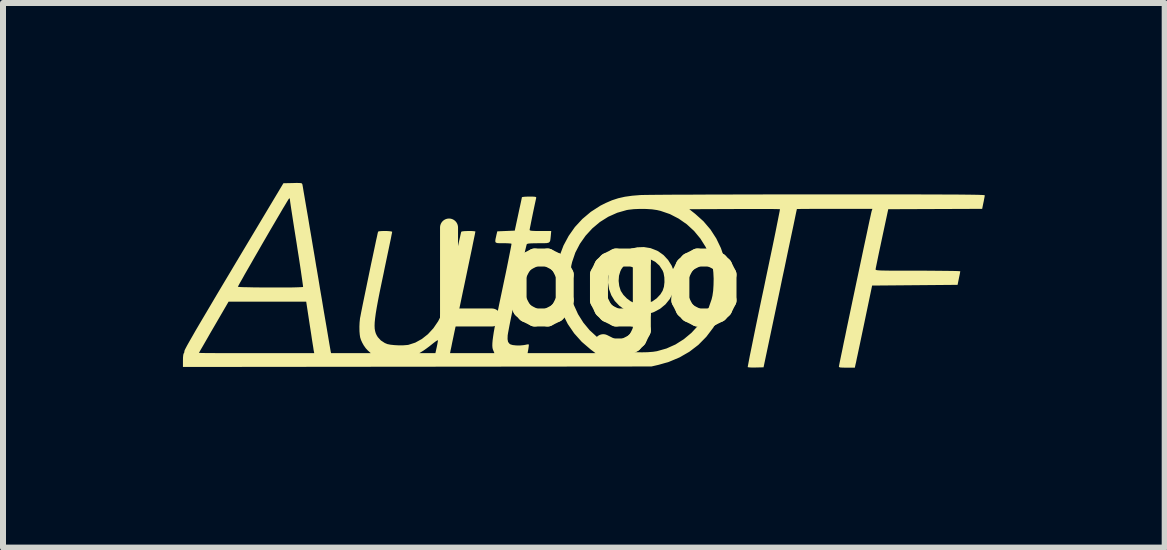
<source format=kicad_pcb>
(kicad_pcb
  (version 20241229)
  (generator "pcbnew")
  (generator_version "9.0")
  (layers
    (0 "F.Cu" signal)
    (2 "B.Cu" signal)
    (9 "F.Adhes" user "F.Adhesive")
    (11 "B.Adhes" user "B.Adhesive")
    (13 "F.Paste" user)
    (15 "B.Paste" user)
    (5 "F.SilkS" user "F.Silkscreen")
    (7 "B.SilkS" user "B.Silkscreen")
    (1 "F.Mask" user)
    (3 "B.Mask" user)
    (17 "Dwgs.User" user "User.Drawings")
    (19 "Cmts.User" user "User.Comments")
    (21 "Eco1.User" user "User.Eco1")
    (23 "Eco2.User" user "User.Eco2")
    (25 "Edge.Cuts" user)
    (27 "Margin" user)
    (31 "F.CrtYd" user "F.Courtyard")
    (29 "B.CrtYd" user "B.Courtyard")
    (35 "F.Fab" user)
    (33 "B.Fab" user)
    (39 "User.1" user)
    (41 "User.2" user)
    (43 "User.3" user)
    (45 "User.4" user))
  (footprint "Logo"
    (layer "F.Cu")
    (at 6.722 1.565)
    (property "Reference" "Logo" (at 0 0 0) (layer "F.SilkS") (effects (font (size 1.5 1.5) (thickness 0.3))))
    (attr board_only exclude_from_pos_files exclude_from_bom)
    (fp_poly (pts (xy 1.074 -0.478) (xy 1.182 -0.436) (xy 1.203 -0.425) (xy 1.292 -0.361) (xy 1.367 -0.28) (xy 1.426 -0.186) (xy 1.466 -0.083) (xy 1.486 0.025) (xy 1.483 0.132) (xy 1.481 0.146) (xy 1.448 0.264) (xy 1.395 0.37) (xy 1.322 0.46) (xy 1.232 0.534) (xy 1.125 0.59) (xy 1.099 0.599) (xy 1.025 0.616) (xy 0.939 0.623) (xy 0.852 0.62) (xy 0.775 0.607) (xy 0.757 0.601) (xy 0.647 0.551) (xy 0.554 0.483) (xy 0.477 0.402) (xy 0.42 0.308) (xy 0.382 0.206) (xy 0.365 0.098) (xy 0.366 0.068) (xy 0.542 0.068) (xy 0.552 0.153) (xy 0.576 0.23) (xy 0.578 0.235) (xy 0.621 0.301) (xy 0.679 0.361) (xy 0.743 0.408) (xy 0.781 0.426) (xy 0.837 0.438) (xy 0.907 0.443) (xy 0.98 0.44) (xy 1.048 0.429) (xy 1.102 0.411) (xy 1.104 0.41) (xy 1.175 0.36) (xy 1.238 0.293) (xy 1.276 0.231) (xy 1.297 0.167) (xy 1.306 0.09) (xy 1.304 0.01) (xy 1.291 -0.064) (xy 1.276 -0.103) (xy 1.222 -0.187) (xy 1.152 -0.25) (xy 1.069 -0.293) (xy 0.973 -0.314) (xy 0.904 -0.316) (xy 0.804 -0.3) (xy 0.717 -0.263) (xy 0.644 -0.205) (xy 0.587 -0.127) (xy 0.57 -0.091) (xy 0.548 -0.017) (xy 0.542 0.068) (xy 0.366 0.068) (xy 0.37 -0.014) (xy 0.399 -0.126) (xy 0.419 -0.173) (xy 0.479 -0.273) (xy 0.555 -0.356) (xy 0.645 -0.421) (xy 0.745 -0.467) (xy 0.852 -0.492) (xy 0.963 -0.496)) (stroke (width 0) (type solid)) (fill yes) (layer "F.SilkS"))
    (fp_poly (pts (xy -4.783 -1.564) (xy -4.756 -1.562) (xy -4.741 -1.558) (xy -4.734 -1.549) (xy -4.73 -1.538) (xy -4.727 -1.522) (xy -4.72 -1.482) (xy -4.71 -1.42) (xy -4.696 -1.339) (xy -4.679 -1.239) (xy -4.659 -1.122) (xy -4.636 -0.99) (xy -4.612 -0.844) (xy -4.585 -0.687) (xy -4.557 -0.519) (xy -4.527 -0.343) (xy -4.497 -0.16) (xy -4.494 -0.146) (xy -4.463 0.037) (xy -4.434 0.214) (xy -4.405 0.382) (xy -4.379 0.54) (xy -4.354 0.686) (xy -4.331 0.819) (xy -4.311 0.938) (xy -4.294 1.039) (xy -4.28 1.122) (xy -4.269 1.185) (xy -4.262 1.226) (xy -4.259 1.244) (xy -4.259 1.245) (xy -4.252 1.273) (xy -3.921 1.273) (xy -3.59 1.273) (xy -2.781 1.273) (xy -2.647 1.273) (xy -2.513 1.273) (xy -2.491 1.174) (xy -2.481 1.125) (xy -2.474 1.085) (xy -2.47 1.061) (xy -2.47 1.059) (xy -2.479 1.059) (xy -2.503 1.073) (xy -2.538 1.099) (xy -2.562 1.118) (xy -2.612 1.158) (xy -2.663 1.196) (xy -2.707 1.227) (xy -2.718 1.234) (xy -2.781 1.273) (xy -3.59 1.273) (xy -3.641 1.227) (xy -3.674 1.191) (xy -3.708 1.143) (xy -3.733 1.098) (xy -3.754 1.052) (xy -3.767 1.011) (xy -3.774 0.966) (xy -3.779 0.906) (xy -3.779 0.897) (xy -3.78 0.831) (xy -3.777 0.762) (xy -3.771 0.703) (xy -3.77 0.692) (xy -3.763 0.658) (xy -3.753 0.605) (xy -3.739 0.535) (xy -3.722 0.45) (xy -3.702 0.353) (xy -3.68 0.247) (xy -3.657 0.135) (xy -3.633 0.019) (xy -3.609 -0.098) (xy -3.585 -0.214) (xy -3.561 -0.325) (xy -3.539 -0.429) (xy -3.519 -0.523) (xy -3.502 -0.605) (xy -3.487 -0.671) (xy -3.477 -0.719) (xy -3.47 -0.747) (xy -3.468 -0.753) (xy -3.453 -0.759) (xy -3.42 -0.762) (xy -3.377 -0.764) (xy -3.33 -0.764) (xy -3.286 -0.761) (xy -3.252 -0.757) (xy -3.235 -0.752) (xy -3.234 -0.75) (xy -3.236 -0.735) (xy -3.244 -0.698) (xy -3.255 -0.64) (xy -3.271 -0.564) (xy -3.29 -0.473) (xy -3.312 -0.369) (xy -3.336 -0.254) (xy -3.362 -0.13) (xy -3.375 -0.065) (xy -3.412 0.111) (xy -3.444 0.265) (xy -3.47 0.398) (xy -3.491 0.512) (xy -3.507 0.609) (xy -3.518 0.691) (xy -3.525 0.759) (xy -3.527 0.816) (xy -3.525 0.864) (xy -3.518 0.905) (xy -3.508 0.94) (xy -3.494 0.971) (xy -3.476 1.001) (xy -3.472 1.007) (xy -3.422 1.061) (xy -3.356 1.104) (xy -3.312 1.122) (xy -3.261 1.132) (xy -3.194 1.139) (xy -3.119 1.143) (xy -3.046 1.142) (xy -2.984 1.137) (xy -2.962 1.134) (xy -2.848 1.097) (xy -2.739 1.037) (xy -2.638 0.957) (xy -2.546 0.857) (xy -2.467 0.741) (xy -2.4 0.609) (xy -2.348 0.465) (xy -2.338 0.427) (xy -2.331 0.398) (xy -2.32 0.347) (xy -2.305 0.278) (xy -2.286 0.193) (xy -2.265 0.094) (xy -2.242 -0.014) (xy -2.218 -0.128) (xy -2.204 -0.195) (xy -2.179 -0.309) (xy -2.157 -0.416) (xy -2.136 -0.512) (xy -2.118 -0.596) (xy -2.102 -0.664) (xy -2.091 -0.715) (xy -2.084 -0.744) (xy -2.081 -0.752) (xy -2.067 -0.757) (xy -2.034 -0.761) (xy -1.991 -0.763) (xy -1.944 -0.764) (xy -1.9 -0.763) (xy -1.865 -0.76) (xy -1.847 -0.756) (xy -1.846 -0.754) (xy -1.849 -0.74) (xy -1.856 -0.703) (xy -1.868 -0.646) (xy -1.884 -0.569) (xy -1.903 -0.474) (xy -1.926 -0.365) (xy -1.952 -0.241) (xy -1.98 -0.107) (xy -2.01 0.037) (xy -2.042 0.189) (xy -2.051 0.23) (xy -2.083 0.384) (xy -2.114 0.532) (xy -2.143 0.671) (xy -2.17 0.799) (xy -2.195 0.915) (xy -2.216 1.016) (xy -2.234 1.101) (xy -2.247 1.167) (xy -2.257 1.213) (xy -2.262 1.236) (xy -2.262 1.238) (xy -2.269 1.273) (xy -1.899 1.273) (xy -1.529 1.273) (xy -1.549 1.225) (xy -1.557 1.204) (xy -1.562 1.178) (xy -1.564 1.146) (xy -1.563 1.107) (xy -1.559 1.058) (xy -1.551 0.998) (xy -1.54 0.924) (xy -1.524 0.836) (xy -1.504 0.732) (xy -1.48 0.608) (xy -1.451 0.465) (xy -1.416 0.299) (xy -1.396 0.204) (xy -1.368 0.07) (xy -1.341 -0.057) (xy -1.317 -0.174) (xy -1.296 -0.279) (xy -1.278 -0.37) (xy -1.263 -0.445) (xy -1.252 -0.502) (xy -1.246 -0.537) (xy -1.244 -0.551) (xy -1.258 -0.555) (xy -1.292 -0.558) (xy -1.34 -0.56) (xy -1.382 -0.56) (xy -1.445 -0.56) (xy -1.486 -0.563) (xy -1.508 -0.573) (xy -1.515 -0.593) (xy -1.511 -0.628) (xy -1.499 -0.681) (xy -1.498 -0.688) (xy -1.481 -0.758) (xy -1.336 -0.764) (xy -1.19 -0.77) (xy -1.131 -1.044) (xy -1.114 -1.124) (xy -1.098 -1.196) (xy -1.085 -1.256) (xy -1.076 -1.3) (xy -1.071 -1.324) (xy -1.071 -1.327) (xy -1.058 -1.331) (xy -1.026 -1.335) (xy -0.98 -1.337) (xy -0.948 -1.337) (xy -0.892 -1.337) (xy -0.857 -1.335) (xy -0.839 -1.331) (xy -0.832 -1.324) (xy -0.833 -1.312) (xy -0.834 -1.308) (xy -0.843 -1.267) (xy -0.855 -1.212) (xy -0.869 -1.146) (xy -0.884 -1.075) (xy -0.899 -1.002) (xy -0.913 -0.933) (xy -0.925 -0.872) (xy -0.935 -0.823) (xy -0.941 -0.791) (xy -0.942 -0.782) (xy -0.937 -0.774) (xy -0.921 -0.769) (xy -0.89 -0.766) (xy -0.84 -0.764) (xy -0.769 -0.764) (xy -0.762 -0.764) (xy -0.582 -0.764) (xy -0.589 -0.684) (xy -0.594 -0.637) (xy -0.599 -0.603) (xy -0.609 -0.581) (xy -0.628 -0.568) (xy -0.66 -0.562) (xy -0.708 -0.56) (xy -0.777 -0.56) (xy -0.796 -0.56) (xy -0.876 -0.559) (xy -0.933 -0.557) (xy -0.969 -0.553) (xy -0.988 -0.546) (xy -0.989 -0.544) (xy -0.994 -0.529) (xy -1.003 -0.492) (xy -1.017 -0.435) (xy -1.033 -0.361) (xy -1.052 -0.272) (xy -1.074 -0.172) (xy -1.097 -0.063) (xy -1.122 0.052) (xy -1.147 0.171) (xy -1.172 0.291) (xy -1.197 0.41) (xy -1.22 0.524) (xy -1.242 0.631) (xy -1.262 0.729) (xy -1.279 0.815) (xy -1.292 0.885) (xy -1.302 0.938) (xy -1.307 0.971) (xy -1.308 0.976) (xy -1.31 1.039) (xy -1.302 1.084) (xy -1.281 1.113) (xy -1.261 1.127) (xy -1.222 1.138) (xy -1.167 1.144) (xy -1.104 1.145) (xy -1.042 1.139) (xy -1.013 1.134) (xy -0.98 1.127) (xy -0.959 1.127) (xy -0.956 1.127) (xy -0.955 1.142) (xy -0.959 1.174) (xy -0.963 1.203) (xy -0.976 1.273) (xy -0.41 1.273) (xy 0.157 1.273) (xy 0.075 1.211) (xy -0.073 1.084) (xy -0.2 0.942) (xy -0.306 0.787) (xy -0.39 0.62) (xy -0.451 0.442) (xy -0.489 0.254) (xy -0.497 0.191) (xy -0.499 0.096) (xy -0.267 0.096) (xy -0.262 0.197) (xy -0.253 0.286) (xy -0.247 0.316) (xy -0.203 0.473) (xy -0.135 0.623) (xy -0.047 0.763) (xy 0.058 0.89) (xy 0.18 1.002) (xy 0.314 1.097) (xy 0.461 1.173) (xy 0.615 1.227) (xy 0.668 1.239) (xy 0.741 1.25) (xy 0.831 1.257) (xy 0.929 1.259) (xy 1.026 1.257) (xy 1.115 1.25) (xy 1.181 1.24) (xy 1.34 1.195) (xy 1.49 1.128) (xy 1.629 1.04) (xy 1.756 0.934) (xy 1.868 0.813) (xy 1.963 0.677) (xy 2.038 0.531) (xy 2.092 0.375) (xy 2.106 0.316) (xy 2.118 0.233) (xy 2.124 0.135) (xy 2.126 0.031) (xy 2.121 -0.071) (xy 2.111 -0.16) (xy 2.106 -0.188) (xy 2.061 -0.347) (xy 1.993 -0.497) (xy 1.905 -0.637) (xy 1.8 -0.764) (xy 1.678 -0.876) (xy 1.543 -0.97) (xy 1.396 -1.046) (xy 1.241 -1.099) (xy 1.181 -1.113) (xy 1.099 -1.125) (xy 1.002 -1.131) (xy 0.897 -1.132) (xy 0.796 -1.128) (xy 0.707 -1.118) (xy 0.677 -1.113) (xy 0.519 -1.068) (xy 0.369 -1.001) (xy 0.229 -0.913) (xy 0.103 -0.807) (xy -0.009 -0.685) (xy -0.104 -0.55) (xy -0.18 -0.404) (xy -0.233 -0.248) (xy -0.247 -0.188) (xy -0.259 -0.106) (xy -0.266 -0.009) (xy -0.267 0.096) (xy -0.499 0.096) (xy -0.502 0.005) (xy -0.483 -0.177) (xy -0.441 -0.354) (xy -0.377 -0.522) (xy -0.291 -0.682) (xy -0.187 -0.83) (xy -0.063 -0.964) (xy 0.078 -1.083) (xy 0.236 -1.185) (xy 0.325 -1.23) (xy 0.431 -1.276) (xy 0.536 -1.31) (xy 0.647 -1.335) (xy 0.769 -1.352) (xy 0.904 -1.363) (xy 0.937 -1.364) (xy 0.994 -1.365) (xy 1.074 -1.366) (xy 1.176 -1.367) (xy 1.298 -1.368) (xy 1.439 -1.369) (xy 1.598 -1.37) (xy 1.773 -1.37) (xy 1.964 -1.371) (xy 2.169 -1.372) (xy 2.386 -1.372) (xy 2.615 -1.373) (xy 2.854 -1.373) (xy 3.101 -1.374) (xy 3.357 -1.374) (xy 3.619 -1.374) (xy 3.88 -1.374) (xy 4.204 -1.374) (xy 4.502 -1.374) (xy 4.778 -1.374) (xy 5.03 -1.374) (xy 5.26 -1.374) (xy 5.469 -1.374) (xy 5.658 -1.373) (xy 5.827 -1.373) (xy 5.977 -1.372) (xy 6.11 -1.372) (xy 6.226 -1.371) (xy 6.325 -1.37) (xy 6.41 -1.369) (xy 6.48 -1.368) (xy 6.536 -1.367) (xy 6.58 -1.365) (xy 6.612 -1.364) (xy 6.633 -1.362) (xy 6.644 -1.36) (xy 6.646 -1.359) (xy 6.644 -1.34) (xy 6.637 -1.303) (xy 6.628 -1.255) (xy 6.624 -1.238) (xy 6.603 -1.133) (xy 5.82 -1.13) (xy 5.037 -1.127) (xy 4.932 -0.637) (xy 4.909 -0.528) (xy 4.887 -0.426) (xy 4.868 -0.335) (xy 4.852 -0.256) (xy 4.839 -0.193) (xy 4.83 -0.149) (xy 4.826 -0.126) (xy 4.826 -0.124) (xy 4.827 -0.119) (xy 4.832 -0.115) (xy 4.842 -0.112) (xy 4.86 -0.109) (xy 4.888 -0.107) (xy 4.927 -0.105) (xy 4.979 -0.104) (xy 5.047 -0.103) (xy 5.133 -0.102) (xy 5.238 -0.102) (xy 5.364 -0.102) (xy 5.513 -0.102) (xy 5.532 -0.102) (xy 5.663 -0.102) (xy 5.787 -0.101) (xy 5.9 -0.1) (xy 6.001 -0.099) (xy 6.087 -0.098) (xy 6.156 -0.097) (xy 6.205 -0.095) (xy 6.233 -0.093) (xy 6.238 -0.092) (xy 6.235 -0.076) (xy 6.229 -0.042) (xy 6.219 0.005) (xy 6.215 0.025) (xy 6.193 0.134) (xy 5.481 0.14) (xy 4.768 0.146) (xy 4.639 0.764) (xy 4.613 0.888) (xy 4.588 1.007) (xy 4.565 1.117) (xy 4.544 1.216) (xy 4.526 1.301) (xy 4.511 1.37) (xy 4.501 1.42) (xy 4.495 1.447) (xy 4.494 1.448) (xy 4.48 1.515) (xy 4.347 1.515) (xy 4.284 1.514) (xy 4.243 1.512) (xy 4.221 1.507) (xy 4.214 1.499) (xy 4.214 1.498) (xy 4.217 1.483) (xy 4.224 1.445) (xy 4.236 1.386) (xy 4.252 1.308) (xy 4.272 1.213) (xy 4.294 1.104) (xy 4.32 0.982) (xy 4.347 0.849) (xy 4.377 0.707) (xy 4.408 0.559) (xy 4.44 0.406) (xy 4.473 0.25) (xy 4.506 0.093) (xy 4.539 -0.062) (xy 4.571 -0.213) (xy 4.602 -0.36) (xy 4.631 -0.498) (xy 4.659 -0.628) (xy 4.684 -0.745) (xy 4.706 -0.85) (xy 4.725 -0.939) (xy 4.741 -1.01) (xy 4.752 -1.061) (xy 4.759 -1.091) (xy 4.761 -1.098) (xy 4.773 -1.133) (xy 4.144 -1.133) (xy 4.02 -1.133) (xy 3.904 -1.133) (xy 3.798 -1.133) (xy 3.706 -1.132) (xy 3.629 -1.132) (xy 3.57 -1.131) (xy 3.53 -1.131) (xy 3.514 -1.13) (xy 3.514 -1.13) (xy 3.511 -1.117) (xy 3.503 -1.081) (xy 3.491 -1.024) (xy 3.475 -0.946) (xy 3.455 -0.85) (xy 3.431 -0.737) (xy 3.404 -0.609) (xy 3.374 -0.468) (xy 3.342 -0.315) (xy 3.308 -0.151) (xy 3.271 0.021) (xy 3.236 0.191) (xy 2.958 1.509) (xy 2.83 1.512) (xy 2.775 1.513) (xy 2.73 1.511) (xy 2.702 1.508) (xy 2.694 1.505) (xy 2.696 1.491) (xy 2.703 1.454) (xy 2.714 1.396) (xy 2.729 1.317) (xy 2.749 1.22) (xy 2.772 1.107) (xy 2.798 0.978) (xy 2.827 0.836) (xy 2.859 0.682) (xy 2.893 0.518) (xy 2.929 0.346) (xy 2.963 0.187) (xy 3 0.008) (xy 3.036 -0.163) (xy 3.07 -0.326) (xy 3.102 -0.478) (xy 3.131 -0.618) (xy 3.157 -0.745) (xy 3.179 -0.856) (xy 3.198 -0.951) (xy 3.213 -1.027) (xy 3.224 -1.082) (xy 3.23 -1.116) (xy 3.232 -1.127) (xy 3.218 -1.128) (xy 3.181 -1.129) (xy 3.124 -1.13) (xy 3.047 -1.13) (xy 2.954 -1.131) (xy 2.847 -1.131) (xy 2.728 -1.131) (xy 2.599 -1.131) (xy 2.473 -1.13) (xy 1.72 -1.127) (xy 1.819 -1.049) (xy 1.956 -0.926) (xy 2.073 -0.789) (xy 2.17 -0.639) (xy 2.247 -0.479) (xy 2.304 -0.312) (xy 2.339 -0.139) (xy 2.353 0.038) (xy 2.346 0.215) (xy 2.316 0.391) (xy 2.264 0.563) (xy 2.189 0.729) (xy 2.12 0.847) (xy 2.004 1) (xy 1.871 1.135) (xy 1.722 1.249) (xy 1.557 1.344) (xy 1.378 1.419) (xy 1.21 1.467) (xy 1.089 1.495) (xy -2.817 1.499) (xy -6.722 1.503) (xy -6.722 1.395) (xy -6.721 1.345) (xy -6.717 1.305) (xy -6.712 1.282) (xy -6.71 1.28) (xy -6.704 1.268) (xy -6.455 1.268) (xy -6.443 1.269) (xy -6.407 1.27) (xy -6.349 1.271) (xy -6.272 1.271) (xy -6.178 1.272) (xy -6.067 1.272) (xy -5.943 1.273) (xy -5.808 1.273) (xy -5.662 1.273) (xy -5.509 1.273) (xy -5.494 1.273) (xy -4.533 1.273) (xy -4.54 1.238) (xy -4.544 1.217) (xy -4.55 1.174) (xy -4.56 1.113) (xy -4.572 1.037) (xy -4.585 0.949) (xy -4.6 0.853) (xy -4.607 0.808) (xy -4.667 0.414) (xy -5.314 0.414) (xy -5.961 0.414) (xy -6.208 0.839) (xy -6.263 0.933) (xy -6.313 1.021) (xy -6.358 1.099) (xy -6.396 1.165) (xy -6.426 1.216) (xy -6.446 1.252) (xy -6.455 1.268) (xy -6.455 1.268) (xy -6.704 1.268) (xy -6.7 1.262) (xy -6.697 1.235) (xy -6.692 1.221) (xy -6.677 1.191) (xy -6.652 1.144) (xy -6.616 1.08) (xy -6.569 0.998) (xy -6.512 0.898) (xy -6.442 0.779) (xy -6.361 0.642) (xy -6.268 0.485) (xy -6.163 0.307) (xy -6.079 0.166) (xy -5.806 0.166) (xy -5.794 0.168) (xy -5.759 0.171) (xy -5.705 0.173) (xy -5.636 0.174) (xy -5.554 0.176) (xy -5.462 0.177) (xy -5.364 0.178) (xy -5.263 0.178) (xy -5.161 0.178) (xy -5.063 0.178) (xy -4.971 0.178) (xy -4.889 0.177) (xy -4.82 0.175) (xy -4.766 0.173) (xy -4.731 0.171) (xy -4.719 0.169) (xy -4.72 0.155) (xy -4.725 0.118) (xy -4.733 0.06) (xy -4.744 -0.015) (xy -4.757 -0.107) (xy -4.773 -0.213) (xy -4.791 -0.33) (xy -4.811 -0.456) (xy -4.826 -0.554) (xy -4.847 -0.686) (xy -4.867 -0.811) (xy -4.885 -0.927) (xy -4.901 -1.031) (xy -4.915 -1.121) (xy -4.926 -1.194) (xy -4.934 -1.249) (xy -4.938 -1.282) (xy -4.939 -1.292) (xy -4.942 -1.309) (xy -4.953 -1.303) (xy -4.958 -1.298) (xy -4.967 -1.284) (xy -4.988 -1.25) (xy -5.019 -1.198) (xy -5.059 -1.132) (xy -5.105 -1.053) (xy -5.158 -0.963) (xy -5.216 -0.864) (xy -5.277 -0.76) (xy -5.34 -0.651) (xy -5.404 -0.541) (xy -5.467 -0.431) (xy -5.529 -0.324) (xy -5.587 -0.222) (xy -5.642 -0.127) (xy -5.691 -0.042) (xy -5.732 0.032) (xy -5.766 0.091) (xy -5.79 0.135) (xy -5.803 0.16) (xy -5.806 0.166) (xy -6.079 0.166) (xy -6.045 0.109) (xy -5.914 -0.11) (xy -5.872 -0.181) (xy -5.047 -1.56) (xy -4.892 -1.563) (xy -4.827 -1.565)) (stroke (width 0) (type solid)) (fill yes) (layer "F.SilkS")))
  (gr_rect
    (start -3 -3)
    (end 16.368 6.08)
    (stroke (width 0.1) (type default))
    (fill no)
    (layer "Edge.Cuts")))
</source>
